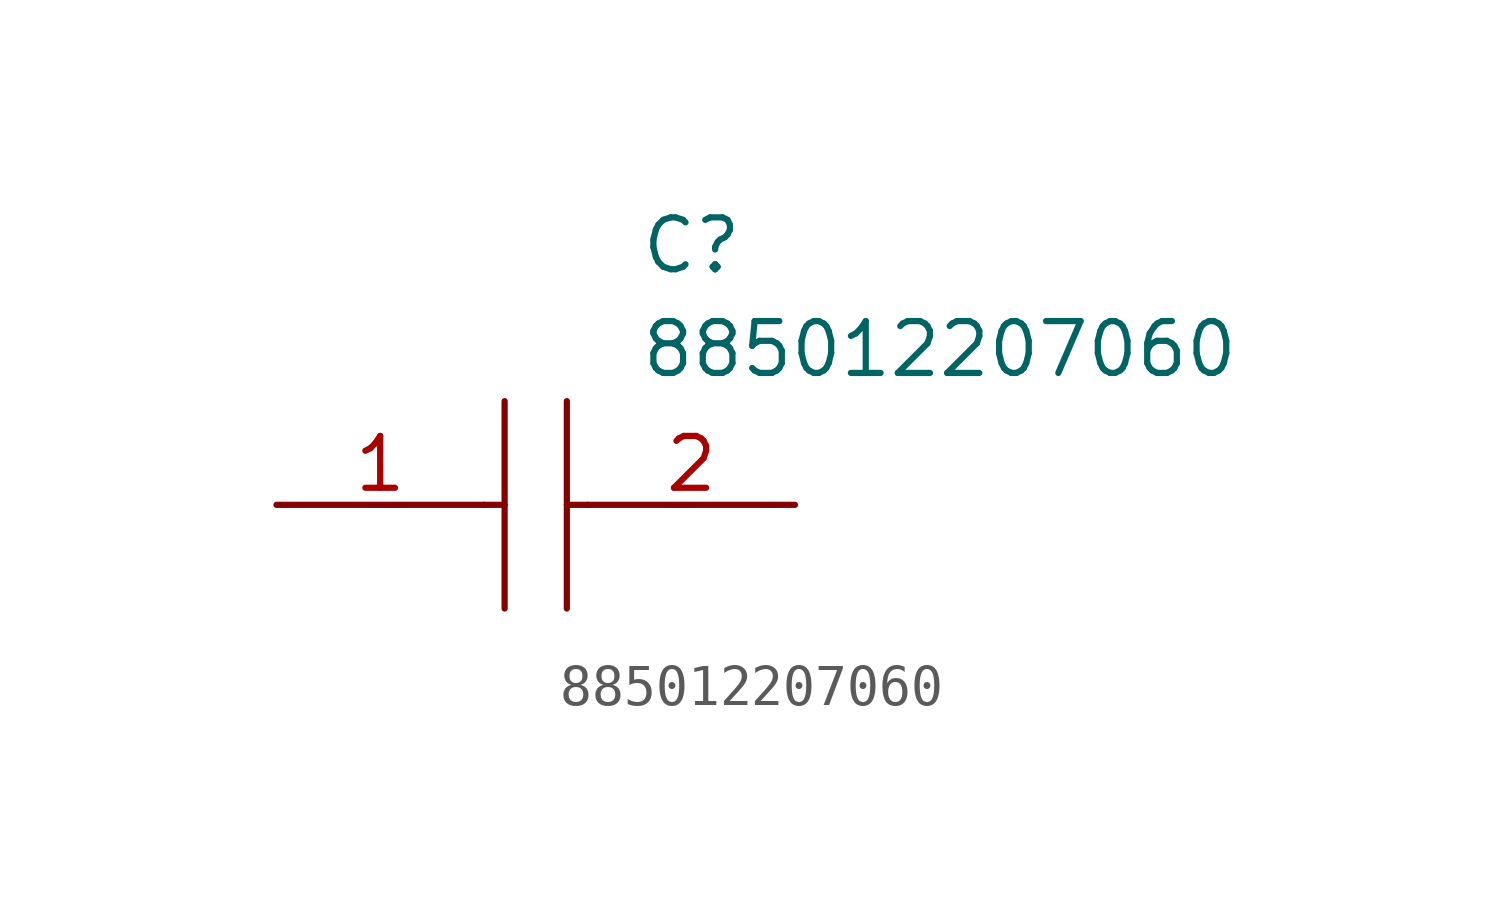
<source format=kicad_sym>
(kicad_symbol_lib
  (version 20211014)
  (generator kicad_symbol_editor)
  (symbol "885012207060"
    (pin_names
      (offset 0.762))
    (property "Reference" "C"
      (at 8.89 6.35 0)
      (effects (font (size 1.27 1.27)) (justify left)))
    (property "Value" "885012207060"
      (at 8.89 3.81 0)
      (effects (font (size 1.27 1.27)) (justify left)))
    (symbol "885012207060_0_0"
      (pin passive line (at 0 0 0) (length 5.08) (name "~" (effects (font (size 1.27 1.27)))) (number "1" (effects (font (size 1.27 1.27)))))
      (pin passive line (at 12.7 0 180) (length 5.08) (name "~" (effects (font (size 1.27 1.27)))) (number "2" (effects (font (size 1.27 1.27))))))
    (symbol "885012207060_0_1"
      (polyline (pts (xy 5.08 0) (xy 5.588 0)) (stroke (width 0.152) (type default) (color 0 0 0 0)) (fill (type background)))
      (polyline (pts (xy 5.588 2.54) (xy 5.588 -2.54)) (stroke (width 0.152) (type default) (color 0 0 0 0)) (fill (type background)))
      (polyline (pts (xy 7.112 0) (xy 7.62 0)) (stroke (width 0.152) (type default) (color 0 0 0 0)) (fill (type background)))
      (polyline (pts (xy 7.112 2.54) (xy 7.112 -2.54)) (stroke (width 0.152) (type default) (color 0 0 0 0)) (fill (type background))))))
</source>
